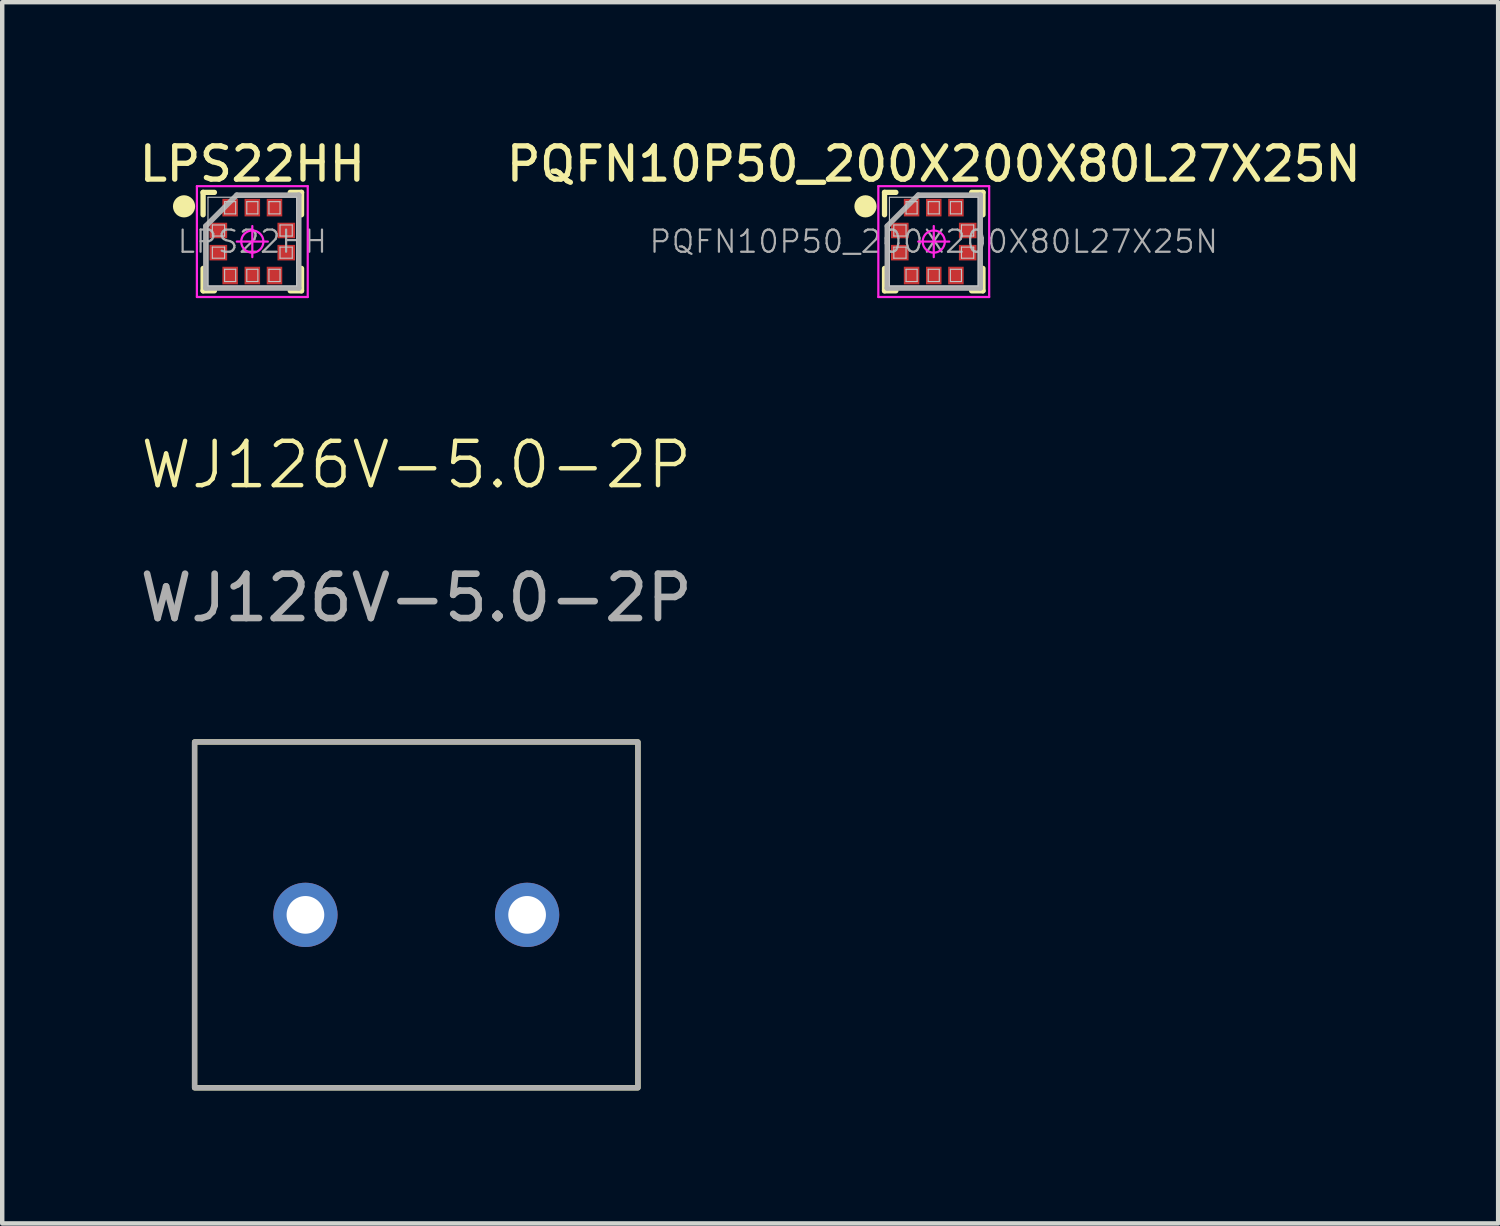
<source format=kicad_pcb>
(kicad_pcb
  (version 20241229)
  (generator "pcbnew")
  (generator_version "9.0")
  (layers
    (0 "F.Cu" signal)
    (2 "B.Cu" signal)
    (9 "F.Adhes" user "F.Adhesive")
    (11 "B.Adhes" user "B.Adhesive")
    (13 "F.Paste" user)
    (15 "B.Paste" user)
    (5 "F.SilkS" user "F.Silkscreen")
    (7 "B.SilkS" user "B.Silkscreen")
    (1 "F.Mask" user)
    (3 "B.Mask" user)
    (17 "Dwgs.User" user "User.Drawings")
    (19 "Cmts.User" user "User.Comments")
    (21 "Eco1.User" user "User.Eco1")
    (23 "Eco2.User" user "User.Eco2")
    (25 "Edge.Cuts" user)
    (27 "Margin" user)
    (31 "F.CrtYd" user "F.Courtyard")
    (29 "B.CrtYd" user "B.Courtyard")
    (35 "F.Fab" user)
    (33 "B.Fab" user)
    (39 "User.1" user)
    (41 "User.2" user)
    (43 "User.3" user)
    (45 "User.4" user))
  (footprint "WJ126V-5.0-2P"
    (layer "F.Cu")
    (at 6.339 17.585)
    (property "Reference" "WJ126V-5.0-2P" (at 0 -10.15 0) (unlocked yes) (layer "F.SilkS") (effects (font (size 1 1) (thickness 0.1))))
    (attr through_hole)
    (fp_rect (start -5 -3.9) (end 5 3.9) (stroke (width 0.12) (type default)) (fill no) (layer "F.SilkS"))
    (fp_rect (start -5 -3.9) (end 5 3.9) (stroke (width 0.12) (type default)) (fill no) (layer "F.Fab"))
    (fp_text user "${REFERENCE}" (at 0 -7.15 0) (unlocked yes) (layer "F.Fab") (effects (font (size 1 1) (thickness 0.15))))
    (pad "1" thru_hole circle (at -2.5 0) (size 1.45 1.45) (drill 0.85) (layers "*.Cu" "*.Mask"))
    (pad "2" thru_hole circle (at 2.5 0) (size 1.45 1.45) (drill 0.85) (layers "*.Cu" "*.Mask")))
  (footprint "LPS22HH"
    (layer "F.Cu")
    (at 2.641 2.399)
    (property "Reference" "LPS22HH" (at 0 -1.75 0) (layer "F.SilkS") (effects (font (size 0.75 0.75) (thickness 0.12))))
    (attr smd)
    (fp_line (start -1.11 -1.11) (end -0.855 -1.11) (stroke (width 0.12) (type solid)) (layer "F.SilkS"))
    (fp_line (start -1.11 -0.605) (end -1.11 -1.11) (stroke (width 0.12) (type solid)) (layer "F.SilkS"))
    (fp_line (start -1.11 0.605) (end -1.11 1.11) (stroke (width 0.12) (type solid)) (layer "F.SilkS"))
    (fp_line (start -1.11 1.11) (end -0.855 1.11) (stroke (width 0.12) (type solid)) (layer "F.SilkS"))
    (fp_line (start 1.11 -1.11) (end 0.855 -1.11) (stroke (width 0.12) (type solid)) (layer "F.SilkS"))
    (fp_line (start 1.11 -0.605) (end 1.11 -1.11) (stroke (width 0.12) (type solid)) (layer "F.SilkS"))
    (fp_line (start 1.11 0.605) (end 1.11 1.11) (stroke (width 0.12) (type solid)) (layer "F.SilkS"))
    (fp_line (start 1.11 1.11) (end 0.855 1.11) (stroke (width 0.12) (type solid)) (layer "F.SilkS"))
    (fp_circle (center -1.54 -0.795) (end -1.54 -0.67) (stroke (width 0.25) (type solid)) (fill no) (layer "F.SilkS"))
    (fp_line (start -1 -1) (end 1 -1) (stroke (width 0.025) (type solid)) (layer "Dwgs.User"))
    (fp_line (start -1 1) (end -1 -1) (stroke (width 0.025) (type solid)) (layer "Dwgs.User"))
    (fp_line (start -0.901 -0.375) (end -0.625 -0.375) (stroke (width 0.025) (type solid)) (layer "Dwgs.User"))
    (fp_line (start -0.901 -0.125) (end -0.901 -0.375) (stroke (width 0.025) (type solid)) (layer "Dwgs.User"))
    (fp_line (start -0.901 0.125) (end -0.625 0.125) (stroke (width 0.025) (type solid)) (layer "Dwgs.User"))
    (fp_line (start -0.901 0.375) (end -0.901 0.125) (stroke (width 0.025) (type solid)) (layer "Dwgs.User"))
    (fp_line (start -0.625 -0.901) (end -0.375 -0.901) (stroke (width 0.025) (type solid)) (layer "Dwgs.User"))
    (fp_line (start -0.625 -0.625) (end -0.625 -0.901) (stroke (width 0.025) (type solid)) (layer "Dwgs.User"))
    (fp_line (start -0.625 -0.375) (end -0.625 -0.125) (stroke (width 0.025) (type solid)) (layer "Dwgs.User"))
    (fp_line (start -0.625 -0.125) (end -0.901 -0.125) (stroke (width 0.025) (type solid)) (layer "Dwgs.User"))
    (fp_line (start -0.625 0.125) (end -0.625 0.375) (stroke (width 0.025) (type solid)) (layer "Dwgs.User"))
    (fp_line (start -0.625 0.375) (end -0.901 0.375) (stroke (width 0.025) (type solid)) (layer "Dwgs.User"))
    (fp_line (start -0.625 0.625) (end -0.375 0.625) (stroke (width 0.025) (type solid)) (layer "Dwgs.User"))
    (fp_line (start -0.625 0.901) (end -0.625 0.625) (stroke (width 0.025) (type solid)) (layer "Dwgs.User"))
    (fp_line (start -0.375 -0.901) (end -0.375 -0.625) (stroke (width 0.025) (type solid)) (layer "Dwgs.User"))
    (fp_line (start -0.375 -0.625) (end -0.625 -0.625) (stroke (width 0.025) (type solid)) (layer "Dwgs.User"))
    (fp_line (start -0.375 0.625) (end -0.375 0.901) (stroke (width 0.025) (type solid)) (layer "Dwgs.User"))
    (fp_line (start -0.375 0.901) (end -0.625 0.901) (stroke (width 0.025) (type solid)) (layer "Dwgs.User"))
    (fp_line (start -0.125 -0.901) (end 0.125 -0.901) (stroke (width 0.025) (type solid)) (layer "Dwgs.User"))
    (fp_line (start -0.125 -0.625) (end -0.125 -0.901) (stroke (width 0.025) (type solid)) (layer "Dwgs.User"))
    (fp_line (start -0.125 0.625) (end 0.125 0.625) (stroke (width 0.025) (type solid)) (layer "Dwgs.User"))
    (fp_line (start -0.125 0.901) (end -0.125 0.625) (stroke (width 0.025) (type solid)) (layer "Dwgs.User"))
    (fp_line (start 0.125 -0.901) (end 0.125 -0.625) (stroke (width 0.025) (type solid)) (layer "Dwgs.User"))
    (fp_line (start 0.125 -0.625) (end -0.125 -0.625) (stroke (width 0.025) (type solid)) (layer "Dwgs.User"))
    (fp_line (start 0.125 0.625) (end 0.125 0.901) (stroke (width 0.025) (type solid)) (layer "Dwgs.User"))
    (fp_line (start 0.125 0.901) (end -0.125 0.901) (stroke (width 0.025) (type solid)) (layer "Dwgs.User"))
    (fp_line (start 0.375 -0.901) (end 0.625 -0.901) (stroke (width 0.025) (type solid)) (layer "Dwgs.User"))
    (fp_line (start 0.375 -0.625) (end 0.375 -0.901) (stroke (width 0.025) (type solid)) (layer "Dwgs.User"))
    (fp_line (start 0.375 0.625) (end 0.625 0.625) (stroke (width 0.025) (type solid)) (layer "Dwgs.User"))
    (fp_line (start 0.375 0.901) (end 0.375 0.625) (stroke (width 0.025) (type solid)) (layer "Dwgs.User"))
    (fp_line (start 0.625 -0.901) (end 0.625 -0.625) (stroke (width 0.025) (type solid)) (layer "Dwgs.User"))
    (fp_line (start 0.625 -0.625) (end 0.375 -0.625) (stroke (width 0.025) (type solid)) (layer "Dwgs.User"))
    (fp_line (start 0.625 -0.375) (end 0.901 -0.375) (stroke (width 0.025) (type solid)) (layer "Dwgs.User"))
    (fp_line (start 0.625 -0.125) (end 0.625 -0.375) (stroke (width 0.025) (type solid)) (layer "Dwgs.User"))
    (fp_line (start 0.625 0.125) (end 0.901 0.125) (stroke (width 0.025) (type solid)) (layer "Dwgs.User"))
    (fp_line (start 0.625 0.375) (end 0.625 0.125) (stroke (width 0.025) (type solid)) (layer "Dwgs.User"))
    (fp_line (start 0.625 0.625) (end 0.625 0.901) (stroke (width 0.025) (type solid)) (layer "Dwgs.User"))
    (fp_line (start 0.625 0.901) (end 0.375 0.901) (stroke (width 0.025) (type solid)) (layer "Dwgs.User"))
    (fp_line (start 0.901 -0.375) (end 0.901 -0.125) (stroke (width 0.025) (type solid)) (layer "Dwgs.User"))
    (fp_line (start 0.901 -0.125) (end 0.625 -0.125) (stroke (width 0.025) (type solid)) (layer "Dwgs.User"))
    (fp_line (start 0.901 0.125) (end 0.901 0.375) (stroke (width 0.025) (type solid)) (layer "Dwgs.User"))
    (fp_line (start 0.901 0.375) (end 0.625 0.375) (stroke (width 0.025) (type solid)) (layer "Dwgs.User"))
    (fp_line (start 1 -1) (end 1 1) (stroke (width 0.025) (type solid)) (layer "Dwgs.User"))
    (fp_line (start 1 1) (end -1 1) (stroke (width 0.025) (type solid)) (layer "Dwgs.User"))
    (fp_line (start -1.25 -1.25) (end -1.25 1.25) (stroke (width 0.05) (type solid)) (layer "F.CrtYd"))
    (fp_line (start -1.25 1.25) (end 1.25 1.25) (stroke (width 0.05) (type solid)) (layer "F.CrtYd"))
    (fp_line (start 0 -0.35) (end 0 0.35) (stroke (width 0.05) (type solid)) (layer "F.CrtYd"))
    (fp_line (start 0.35 0) (end -0.35 0) (stroke (width 0.05) (type solid)) (layer "F.CrtYd"))
    (fp_line (start 1.25 -1.25) (end -1.25 -1.25) (stroke (width 0.05) (type solid)) (layer "F.CrtYd"))
    (fp_line (start 1.25 1.25) (end 1.25 -1.25) (stroke (width 0.05) (type solid)) (layer "F.CrtYd"))
    (fp_circle (center 0 0) (end 0 0.25) (stroke (width 0.05) (type solid)) (fill no) (layer "F.CrtYd"))
    (fp_line (start -1.05 -0.35) (end -0.35 -1.05) (stroke (width 0.12) (type solid)) (layer "F.Fab"))
    (fp_line (start -1.05 1.05) (end -1.05 -0.35) (stroke (width 0.12) (type solid)) (layer "F.Fab"))
    (fp_line (start -0.35 -1.05) (end 1.05 -1.05) (stroke (width 0.12) (type solid)) (layer "F.Fab"))
    (fp_line (start 1.05 -1.05) (end 1.05 1.05) (stroke (width 0.12) (type solid)) (layer "F.Fab"))
    (fp_line (start 1.05 1.05) (end -1.05 1.05) (stroke (width 0.12) (type solid)) (layer "F.Fab"))
    (fp_text user "${REFERENCE}" (at 0 0 0) (layer "F.Fab") (effects (font (size 0.5 0.5) (thickness 0.05))))
    (pad "1" smd rect (at -0.766 -0.25) (size 0.397 0.35) (layers "F.Cu" "F.Mask" "F.Paste"))
    (pad "2" smd rect (at -0.766 0.25) (size 0.397 0.35) (layers "F.Cu" "F.Mask" "F.Paste"))
    (pad "3" smd rect (at -0.5 0.766 90) (size 0.397 0.35) (layers "F.Cu" "F.Mask" "F.Paste"))
    (pad "4" smd rect (at 0 0.766 90) (size 0.397 0.35) (layers "F.Cu" "F.Mask" "F.Paste"))
    (pad "5" smd rect (at 0.5 0.766 90) (size 0.397 0.35) (layers "F.Cu" "F.Mask" "F.Paste"))
    (pad "6" smd rect (at 0.766 0.25) (size 0.397 0.35) (layers "F.Cu" "F.Mask" "F.Paste"))
    (pad "7" smd rect (at 0.766 -0.25) (size 0.397 0.35) (layers "F.Cu" "F.Mask" "F.Paste"))
    (pad "8" smd rect (at 0.5 -0.766 90) (size 0.397 0.35) (layers "F.Cu" "F.Mask" "F.Paste"))
    (pad "9" smd rect (at 0 -0.766 90) (size 0.397 0.35) (layers "F.Cu" "F.Mask" "F.Paste"))
    (pad "10" smd rect (at -0.5 -0.766 90) (size 0.397 0.35) (layers "F.Cu" "F.Mask" "F.Paste")))
  (footprint "PQFN10P50_200X200X80L27X25N"
    (layer "F.Cu")
    (at 18.011 2.399)
    (property "Reference" "PQFN10P50_200X200X80L27X25N" (at 0 -1.75 0) (layer "F.SilkS") (effects (font (size 0.75 0.75) (thickness 0.12))))
    (attr smd)
    (fp_line (start -1.11 -1.11) (end -0.855 -1.11) (stroke (width 0.12) (type solid)) (layer "F.SilkS"))
    (fp_line (start -1.11 -0.605) (end -1.11 -1.11) (stroke (width 0.12) (type solid)) (layer "F.SilkS"))
    (fp_line (start -1.11 0.605) (end -1.11 1.11) (stroke (width 0.12) (type solid)) (layer "F.SilkS"))
    (fp_line (start -1.11 1.11) (end -0.855 1.11) (stroke (width 0.12) (type solid)) (layer "F.SilkS"))
    (fp_line (start 1.11 -1.11) (end 0.855 -1.11) (stroke (width 0.12) (type solid)) (layer "F.SilkS"))
    (fp_line (start 1.11 -0.605) (end 1.11 -1.11) (stroke (width 0.12) (type solid)) (layer "F.SilkS"))
    (fp_line (start 1.11 0.605) (end 1.11 1.11) (stroke (width 0.12) (type solid)) (layer "F.SilkS"))
    (fp_line (start 1.11 1.11) (end 0.855 1.11) (stroke (width 0.12) (type solid)) (layer "F.SilkS"))
    (fp_circle (center -1.54 -0.795) (end -1.54 -0.67) (stroke (width 0.25) (type solid)) (fill no) (layer "F.SilkS"))
    (fp_line (start -1 -1) (end 1 -1) (stroke (width 0.025) (type solid)) (layer "Dwgs.User"))
    (fp_line (start -1 1) (end -1 -1) (stroke (width 0.025) (type solid)) (layer "Dwgs.User"))
    (fp_line (start -0.901 -0.375) (end -0.625 -0.375) (stroke (width 0.025) (type solid)) (layer "Dwgs.User"))
    (fp_line (start -0.901 -0.125) (end -0.901 -0.375) (stroke (width 0.025) (type solid)) (layer "Dwgs.User"))
    (fp_line (start -0.901 0.125) (end -0.625 0.125) (stroke (width 0.025) (type solid)) (layer "Dwgs.User"))
    (fp_line (start -0.901 0.375) (end -0.901 0.125) (stroke (width 0.025) (type solid)) (layer "Dwgs.User"))
    (fp_line (start -0.625 -0.901) (end -0.375 -0.901) (stroke (width 0.025) (type solid)) (layer "Dwgs.User"))
    (fp_line (start -0.625 -0.625) (end -0.625 -0.901) (stroke (width 0.025) (type solid)) (layer "Dwgs.User"))
    (fp_line (start -0.625 -0.375) (end -0.625 -0.125) (stroke (width 0.025) (type solid)) (layer "Dwgs.User"))
    (fp_line (start -0.625 -0.125) (end -0.901 -0.125) (stroke (width 0.025) (type solid)) (layer "Dwgs.User"))
    (fp_line (start -0.625 0.125) (end -0.625 0.375) (stroke (width 0.025) (type solid)) (layer "Dwgs.User"))
    (fp_line (start -0.625 0.375) (end -0.901 0.375) (stroke (width 0.025) (type solid)) (layer "Dwgs.User"))
    (fp_line (start -0.625 0.625) (end -0.375 0.625) (stroke (width 0.025) (type solid)) (layer "Dwgs.User"))
    (fp_line (start -0.625 0.901) (end -0.625 0.625) (stroke (width 0.025) (type solid)) (layer "Dwgs.User"))
    (fp_line (start -0.375 -0.901) (end -0.375 -0.625) (stroke (width 0.025) (type solid)) (layer "Dwgs.User"))
    (fp_line (start -0.375 -0.625) (end -0.625 -0.625) (stroke (width 0.025) (type solid)) (layer "Dwgs.User"))
    (fp_line (start -0.375 0.625) (end -0.375 0.901) (stroke (width 0.025) (type solid)) (layer "Dwgs.User"))
    (fp_line (start -0.375 0.901) (end -0.625 0.901) (stroke (width 0.025) (type solid)) (layer "Dwgs.User"))
    (fp_line (start -0.125 -0.901) (end 0.125 -0.901) (stroke (width 0.025) (type solid)) (layer "Dwgs.User"))
    (fp_line (start -0.125 -0.625) (end -0.125 -0.901) (stroke (width 0.025) (type solid)) (layer "Dwgs.User"))
    (fp_line (start -0.125 0.625) (end 0.125 0.625) (stroke (width 0.025) (type solid)) (layer "Dwgs.User"))
    (fp_line (start -0.125 0.901) (end -0.125 0.625) (stroke (width 0.025) (type solid)) (layer "Dwgs.User"))
    (fp_line (start 0.125 -0.901) (end 0.125 -0.625) (stroke (width 0.025) (type solid)) (layer "Dwgs.User"))
    (fp_line (start 0.125 -0.625) (end -0.125 -0.625) (stroke (width 0.025) (type solid)) (layer "Dwgs.User"))
    (fp_line (start 0.125 0.625) (end 0.125 0.901) (stroke (width 0.025) (type solid)) (layer "Dwgs.User"))
    (fp_line (start 0.125 0.901) (end -0.125 0.901) (stroke (width 0.025) (type solid)) (layer "Dwgs.User"))
    (fp_line (start 0.375 -0.901) (end 0.625 -0.901) (stroke (width 0.025) (type solid)) (layer "Dwgs.User"))
    (fp_line (start 0.375 -0.625) (end 0.375 -0.901) (stroke (width 0.025) (type solid)) (layer "Dwgs.User"))
    (fp_line (start 0.375 0.625) (end 0.625 0.625) (stroke (width 0.025) (type solid)) (layer "Dwgs.User"))
    (fp_line (start 0.375 0.901) (end 0.375 0.625) (stroke (width 0.025) (type solid)) (layer "Dwgs.User"))
    (fp_line (start 0.625 -0.901) (end 0.625 -0.625) (stroke (width 0.025) (type solid)) (layer "Dwgs.User"))
    (fp_line (start 0.625 -0.625) (end 0.375 -0.625) (stroke (width 0.025) (type solid)) (layer "Dwgs.User"))
    (fp_line (start 0.625 -0.375) (end 0.901 -0.375) (stroke (width 0.025) (type solid)) (layer "Dwgs.User"))
    (fp_line (start 0.625 -0.125) (end 0.625 -0.375) (stroke (width 0.025) (type solid)) (layer "Dwgs.User"))
    (fp_line (start 0.625 0.125) (end 0.901 0.125) (stroke (width 0.025) (type solid)) (layer "Dwgs.User"))
    (fp_line (start 0.625 0.375) (end 0.625 0.125) (stroke (width 0.025) (type solid)) (layer "Dwgs.User"))
    (fp_line (start 0.625 0.625) (end 0.625 0.901) (stroke (width 0.025) (type solid)) (layer "Dwgs.User"))
    (fp_line (start 0.625 0.901) (end 0.375 0.901) (stroke (width 0.025) (type solid)) (layer "Dwgs.User"))
    (fp_line (start 0.901 -0.375) (end 0.901 -0.125) (stroke (width 0.025) (type solid)) (layer "Dwgs.User"))
    (fp_line (start 0.901 -0.125) (end 0.625 -0.125) (stroke (width 0.025) (type solid)) (layer "Dwgs.User"))
    (fp_line (start 0.901 0.125) (end 0.901 0.375) (stroke (width 0.025) (type solid)) (layer "Dwgs.User"))
    (fp_line (start 0.901 0.375) (end 0.625 0.375) (stroke (width 0.025) (type solid)) (layer "Dwgs.User"))
    (fp_line (start 1 -1) (end 1 1) (stroke (width 0.025) (type solid)) (layer "Dwgs.User"))
    (fp_line (start 1 1) (end -1 1) (stroke (width 0.025) (type solid)) (layer "Dwgs.User"))
    (fp_line (start -1.25 -1.25) (end -1.25 1.25) (stroke (width 0.05) (type solid)) (layer "F.CrtYd"))
    (fp_line (start -1.25 1.25) (end 1.25 1.25) (stroke (width 0.05) (type solid)) (layer "F.CrtYd"))
    (fp_line (start 0 -0.35) (end 0 0.35) (stroke (width 0.05) (type solid)) (layer "F.CrtYd"))
    (fp_line (start 0.35 0) (end -0.35 0) (stroke (width 0.05) (type solid)) (layer "F.CrtYd"))
    (fp_line (start 1.25 -1.25) (end -1.25 -1.25) (stroke (width 0.05) (type solid)) (layer "F.CrtYd"))
    (fp_line (start 1.25 1.25) (end 1.25 -1.25) (stroke (width 0.05) (type solid)) (layer "F.CrtYd"))
    (fp_circle (center 0 0) (end 0 0.25) (stroke (width 0.05) (type solid)) (fill no) (layer "F.CrtYd"))
    (fp_line (start -1.05 -0.35) (end -0.35 -1.05) (stroke (width 0.12) (type solid)) (layer "F.Fab"))
    (fp_line (start -1.05 1.05) (end -1.05 -0.35) (stroke (width 0.12) (type solid)) (layer "F.Fab"))
    (fp_line (start -0.35 -1.05) (end 1.05 -1.05) (stroke (width 0.12) (type solid)) (layer "F.Fab"))
    (fp_line (start 1.05 -1.05) (end 1.05 1.05) (stroke (width 0.12) (type solid)) (layer "F.Fab"))
    (fp_line (start 1.05 1.05) (end -1.05 1.05) (stroke (width 0.12) (type solid)) (layer "F.Fab"))
    (fp_text user "${REFERENCE}" (at 0 0 0) (layer "F.Fab") (effects (font (size 0.5 0.5) (thickness 0.05))))
    (pad "1" smd rect (at -0.766 -0.25) (size 0.397 0.35) (layers "F.Cu" "F.Mask" "F.Paste"))
    (pad "2" smd rect (at -0.766 0.25) (size 0.397 0.35) (layers "F.Cu" "F.Mask" "F.Paste"))
    (pad "3" smd rect (at -0.5 0.766 90) (size 0.397 0.35) (layers "F.Cu" "F.Mask" "F.Paste"))
    (pad "4" smd rect (at 0 0.766 90) (size 0.397 0.35) (layers "F.Cu" "F.Mask" "F.Paste"))
    (pad "5" smd rect (at 0.5 0.766 90) (size 0.397 0.35) (layers "F.Cu" "F.Mask" "F.Paste"))
    (pad "6" smd rect (at 0.766 0.25) (size 0.397 0.35) (layers "F.Cu" "F.Mask" "F.Paste"))
    (pad "7" smd rect (at 0.766 -0.25) (size 0.397 0.35) (layers "F.Cu" "F.Mask" "F.Paste"))
    (pad "8" smd rect (at 0.5 -0.766 90) (size 0.397 0.35) (layers "F.Cu" "F.Mask" "F.Paste"))
    (pad "9" smd rect (at 0 -0.766 90) (size 0.397 0.35) (layers "F.Cu" "F.Mask" "F.Paste"))
    (pad "10" smd rect (at -0.5 -0.766 90) (size 0.397 0.35) (layers "F.Cu" "F.Mask" "F.Paste")))
  (gr_rect
    (start -3 -3)
    (end 30.741 24.545)
    (stroke (width 0.1) (type default))
    (fill no)
    (layer "Edge.Cuts")))
</source>
